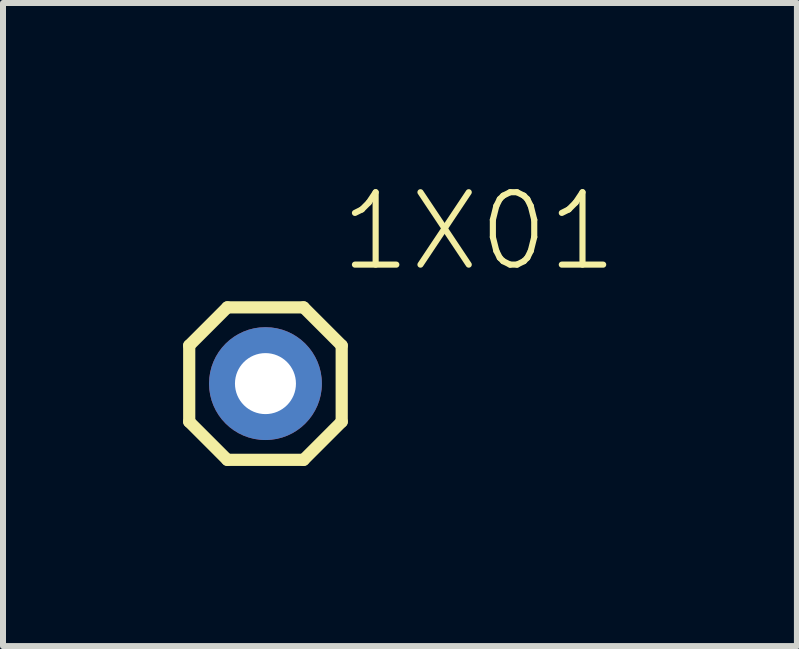
<source format=kicad_pcb>
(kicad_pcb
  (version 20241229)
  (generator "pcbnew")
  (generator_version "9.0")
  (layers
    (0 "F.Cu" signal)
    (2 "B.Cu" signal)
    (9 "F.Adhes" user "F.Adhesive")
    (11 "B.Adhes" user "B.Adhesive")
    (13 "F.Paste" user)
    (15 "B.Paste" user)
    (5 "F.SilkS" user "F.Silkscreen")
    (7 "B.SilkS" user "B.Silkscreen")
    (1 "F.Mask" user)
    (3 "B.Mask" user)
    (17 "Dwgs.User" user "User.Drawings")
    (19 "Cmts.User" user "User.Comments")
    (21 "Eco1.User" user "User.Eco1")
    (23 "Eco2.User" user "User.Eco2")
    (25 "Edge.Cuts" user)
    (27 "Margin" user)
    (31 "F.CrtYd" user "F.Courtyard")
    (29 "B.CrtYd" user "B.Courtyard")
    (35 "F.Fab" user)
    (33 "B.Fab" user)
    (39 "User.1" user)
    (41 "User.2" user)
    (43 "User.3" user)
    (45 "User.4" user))
  (footprint "1X01"
    (layer "F.Cu")
    (at 1.372 3.34)
    (property "Reference" "1X01" (at 1.194 -1.829 0) (layer "F.SilkS") (effects (font (size 1.206 1.206) (thickness 0.102)) (justify left bottom)))
    (attr through_hole)
    (fp_line (start -1.27 -0.635) (end -1.27 0.635) (stroke (width 0.203) (type solid)) (layer "F.SilkS"))
    (fp_line (start -1.27 0.635) (end -0.635 1.27) (stroke (width 0.203) (type solid)) (layer "F.SilkS"))
    (fp_line (start -0.635 -1.27) (end -1.27 -0.635) (stroke (width 0.203) (type solid)) (layer "F.SilkS"))
    (fp_line (start -0.635 1.27) (end 0.635 1.27) (stroke (width 0.203) (type solid)) (layer "F.SilkS"))
    (fp_line (start 0.635 -1.27) (end -0.635 -1.27) (stroke (width 0.203) (type solid)) (layer "F.SilkS"))
    (fp_line (start 0.635 1.27) (end 1.27 0.635) (stroke (width 0.203) (type solid)) (layer "F.SilkS"))
    (fp_line (start 1.27 -0.635) (end 0.635 -1.27) (stroke (width 0.203) (type solid)) (layer "F.SilkS"))
    (fp_line (start 1.27 0.635) (end 1.27 -0.635) (stroke (width 0.203) (type solid)) (layer "F.SilkS"))
    (fp_poly (pts (xy -0.254 0.254) (xy 0.254 0.254) (xy 0.254 -0.254) (xy -0.254 -0.254)) (stroke (width 0.1) (type solid)) (fill no) (layer "F.Fab"))
    (pad "1" thru_hole circle (at 0 0 90) (size 1.88 1.88) (drill 1.016) (layers "*.Cu" "*.Mask")))
  (gr_rect
    (start -3 -3)
    (end 10.225 7.712)
    (stroke (width 0.1) (type default))
    (fill no)
    (layer "Edge.Cuts")))
</source>
